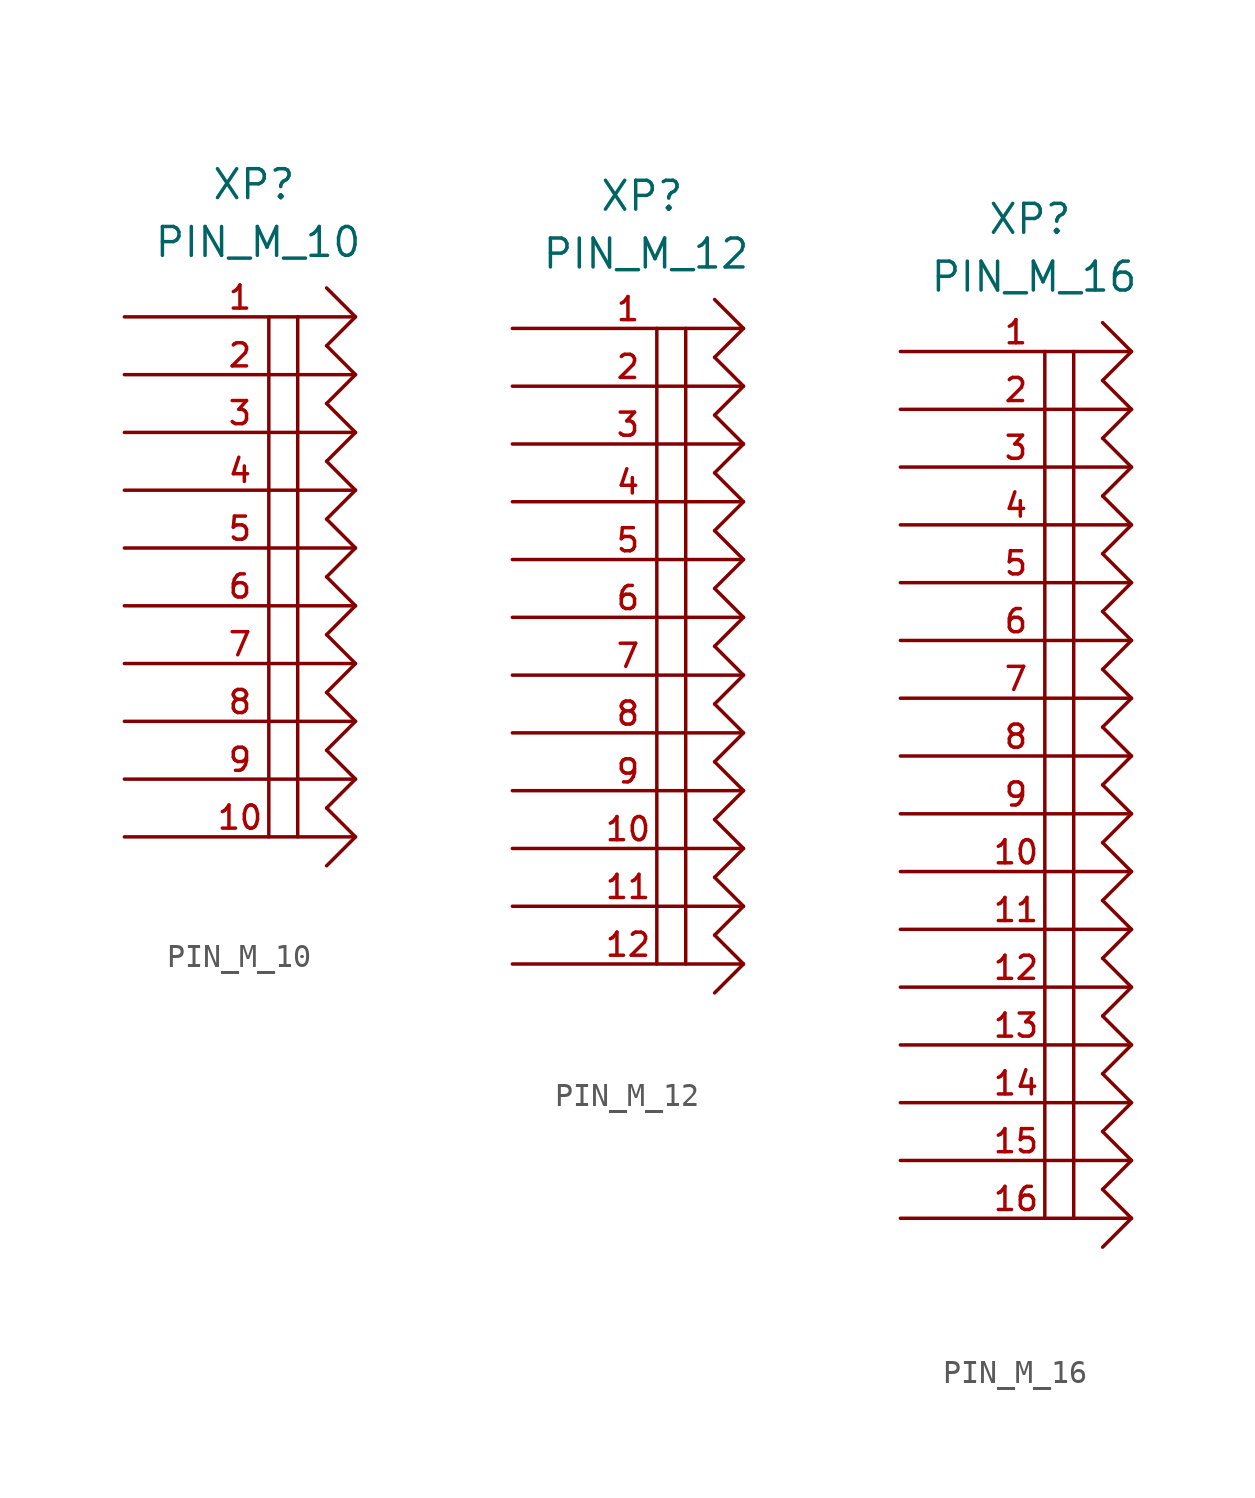
<source format=kicad_sym>
(kicad_symbol_lib
  (version 20211014)
  (generator kicad_symbol_editor)
  (symbol "PIN_M_10"
    (pin_names
      (offset 1.016))
    (property "Reference" "XP"
      (at 3.81 5.08 0)
      (effects (font (size 1.27 1.27)) (justify left bottom)))
    (property "Value" "PIN_M_10"
      (at 1.27 2.54 0)
      (effects (font (size 1.27 1.27)) (justify left bottom)))
    (property "Datasheet" ""
      (at 0 0 0)
      (effects (font (size 1.524 1.524))))
    (property "ki_locked" ""
      (at 0 0 0)
      (effects (font (size 1.27 1.27))))
    (symbol "PIN_M_10_0_1"
      (polyline (pts (xy 6.35 0) (xy 6.35 -22.86)) (stroke (width 0) (type default) (color 0 0 0 0)) (fill (type none)))
      (polyline (pts (xy 7.62 0) (xy 7.62 -22.86)) (stroke (width 0) (type default) (color 0 0 0 0)) (fill (type none)))
      (polyline (pts (xy 8.89 -21.59) (xy 10.16 -22.86) (xy 8.89 -24.13)) (stroke (width 0) (type default) (color 0 0 0 0)) (fill (type none)))
      (polyline (pts (xy 8.89 -19.05) (xy 10.16 -20.32) (xy 8.89 -21.59)) (stroke (width 0) (type default) (color 0 0 0 0)) (fill (type none)))
      (polyline (pts (xy 8.89 -16.51) (xy 10.16 -17.78) (xy 8.89 -19.05)) (stroke (width 0) (type default) (color 0 0 0 0)) (fill (type none)))
      (polyline (pts (xy 8.89 -13.97) (xy 10.16 -15.24) (xy 8.89 -16.51)) (stroke (width 0) (type default) (color 0 0 0 0)) (fill (type none)))
      (polyline (pts (xy 8.89 -11.43) (xy 10.16 -12.7) (xy 8.89 -13.97)) (stroke (width 0) (type default) (color 0 0 0 0)) (fill (type none)))
      (polyline (pts (xy 8.89 -8.89) (xy 10.16 -10.16) (xy 8.89 -11.43)) (stroke (width 0) (type default) (color 0 0 0 0)) (fill (type none)))
      (polyline (pts (xy 8.89 -6.35) (xy 10.16 -7.62) (xy 8.89 -8.89)) (stroke (width 0) (type default) (color 0 0 0 0)) (fill (type none)))
      (polyline (pts (xy 8.89 -3.81) (xy 10.16 -5.08) (xy 8.89 -6.35)) (stroke (width 0) (type default) (color 0 0 0 0)) (fill (type none)))
      (polyline (pts (xy 8.89 -1.27) (xy 10.16 -2.54) (xy 8.89 -3.81)) (stroke (width 0) (type default) (color 0 0 0 0)) (fill (type none)))
      (polyline (pts (xy 8.89 1.27) (xy 10.16 0) (xy 8.89 -1.27)) (stroke (width 0) (type default) (color 0 0 0 0)) (fill (type none))))
    (symbol "PIN_M_10_1_1"
      (pin passive line (at 0 0 0) (length 10.16) (name "~" (effects (font (size 1.016 1.016)))) (number "1" (effects (font (size 1.016 1.016)))))
      (pin passive line (at 0 -22.86 0) (length 10.16) (name "~" (effects (font (size 1.016 1.016)))) (number "10" (effects (font (size 1.016 1.016)))))
      (pin passive line (at 0 -2.54 0) (length 10.16) (name "~" (effects (font (size 1.016 1.016)))) (number "2" (effects (font (size 1.016 1.016)))))
      (pin passive line (at 0 -5.08 0) (length 10.16) (name "~" (effects (font (size 1.016 1.016)))) (number "3" (effects (font (size 1.016 1.016)))))
      (pin passive line (at 0 -7.62 0) (length 10.16) (name "~" (effects (font (size 1.016 1.016)))) (number "4" (effects (font (size 1.016 1.016)))))
      (pin passive line (at 0 -10.16 0) (length 10.16) (name "~" (effects (font (size 1.016 1.016)))) (number "5" (effects (font (size 1.016 1.016)))))
      (pin passive line (at 0 -12.7 0) (length 10.16) (name "~" (effects (font (size 1.016 1.016)))) (number "6" (effects (font (size 1.016 1.016)))))
      (pin passive line (at 0 -15.24 0) (length 10.16) (name "~" (effects (font (size 1.016 1.016)))) (number "7" (effects (font (size 1.016 1.016)))))
      (pin passive line (at 0 -17.78 0) (length 10.16) (name "~" (effects (font (size 1.016 1.016)))) (number "8" (effects (font (size 1.016 1.016)))))
      (pin passive line (at 0 -20.32 0) (length 10.16) (name "~" (effects (font (size 1.016 1.016)))) (number "9" (effects (font (size 1.016 1.016)))))))
  (symbol "PIN_M_12"
    (pin_names
      (offset 1.016))
    (property "Reference" "XP"
      (at 3.81 5.08 0)
      (effects (font (size 1.27 1.27)) (justify left bottom)))
    (property "Value" "PIN_M_12"
      (at 1.27 2.54 0)
      (effects (font (size 1.27 1.27)) (justify left bottom)))
    (property "Datasheet" ""
      (at 0 0 0)
      (effects (font (size 1.524 1.524))))
    (property "ki_locked" ""
      (at 0 0 0)
      (effects (font (size 1.27 1.27))))
    (symbol "PIN_M_12_0_1"
      (polyline (pts (xy 6.35 0) (xy 6.35 -27.94)) (stroke (width 0) (type default) (color 0 0 0 0)) (fill (type none)))
      (polyline (pts (xy 7.62 -27.94) (xy 7.62 0)) (stroke (width 0) (type default) (color 0 0 0 0)) (fill (type none)))
      (polyline (pts (xy 8.89 -26.67) (xy 10.16 -27.94) (xy 8.89 -29.21)) (stroke (width 0) (type default) (color 0 0 0 0)) (fill (type none)))
      (polyline (pts (xy 8.89 -24.13) (xy 10.16 -25.4) (xy 8.89 -26.67)) (stroke (width 0) (type default) (color 0 0 0 0)) (fill (type none)))
      (polyline (pts (xy 8.89 -21.59) (xy 10.16 -22.86) (xy 8.89 -24.13)) (stroke (width 0) (type default) (color 0 0 0 0)) (fill (type none)))
      (polyline (pts (xy 8.89 -19.05) (xy 10.16 -20.32) (xy 8.89 -21.59)) (stroke (width 0) (type default) (color 0 0 0 0)) (fill (type none)))
      (polyline (pts (xy 8.89 -16.51) (xy 10.16 -17.78) (xy 8.89 -19.05)) (stroke (width 0) (type default) (color 0 0 0 0)) (fill (type none)))
      (polyline (pts (xy 8.89 -13.97) (xy 10.16 -15.24) (xy 8.89 -16.51)) (stroke (width 0) (type default) (color 0 0 0 0)) (fill (type none)))
      (polyline (pts (xy 8.89 -11.43) (xy 10.16 -12.7) (xy 8.89 -13.97)) (stroke (width 0) (type default) (color 0 0 0 0)) (fill (type none)))
      (polyline (pts (xy 8.89 -8.89) (xy 10.16 -10.16) (xy 8.89 -11.43)) (stroke (width 0) (type default) (color 0 0 0 0)) (fill (type none)))
      (polyline (pts (xy 8.89 -6.35) (xy 10.16 -7.62) (xy 8.89 -8.89)) (stroke (width 0) (type default) (color 0 0 0 0)) (fill (type none)))
      (polyline (pts (xy 8.89 -3.81) (xy 10.16 -5.08) (xy 8.89 -6.35)) (stroke (width 0) (type default) (color 0 0 0 0)) (fill (type none)))
      (polyline (pts (xy 8.89 -1.27) (xy 10.16 -2.54) (xy 8.89 -3.81)) (stroke (width 0) (type default) (color 0 0 0 0)) (fill (type none)))
      (polyline (pts (xy 8.89 1.27) (xy 10.16 0) (xy 8.89 -1.27)) (stroke (width 0) (type default) (color 0 0 0 0)) (fill (type none))))
    (symbol "PIN_M_12_1_1"
      (pin passive line (at 0 0 0) (length 10.16) (name "~" (effects (font (size 1.016 1.016)))) (number "1" (effects (font (size 1.016 1.016)))))
      (pin passive line (at 0 -22.86 0) (length 10.16) (name "~" (effects (font (size 1.016 1.016)))) (number "10" (effects (font (size 1.016 1.016)))))
      (pin passive line (at 0 -25.4 0) (length 10.16) (name "~" (effects (font (size 1.016 1.016)))) (number "11" (effects (font (size 1.016 1.016)))))
      (pin passive line (at 0 -27.94 0) (length 10.16) (name "~" (effects (font (size 1.016 1.016)))) (number "12" (effects (font (size 1.016 1.016)))))
      (pin passive line (at 0 -2.54 0) (length 10.16) (name "~" (effects (font (size 1.016 1.016)))) (number "2" (effects (font (size 1.016 1.016)))))
      (pin passive line (at 0 -5.08 0) (length 10.16) (name "~" (effects (font (size 1.016 1.016)))) (number "3" (effects (font (size 1.016 1.016)))))
      (pin passive line (at 0 -7.62 0) (length 10.16) (name "~" (effects (font (size 1.016 1.016)))) (number "4" (effects (font (size 1.016 1.016)))))
      (pin passive line (at 0 -10.16 0) (length 10.16) (name "~" (effects (font (size 1.016 1.016)))) (number "5" (effects (font (size 1.016 1.016)))))
      (pin passive line (at 0 -12.7 0) (length 10.16) (name "~" (effects (font (size 1.016 1.016)))) (number "6" (effects (font (size 1.016 1.016)))))
      (pin passive line (at 0 -15.24 0) (length 10.16) (name "~" (effects (font (size 1.016 1.016)))) (number "7" (effects (font (size 1.016 1.016)))))
      (pin passive line (at 0 -17.78 0) (length 10.16) (name "~" (effects (font (size 1.016 1.016)))) (number "8" (effects (font (size 1.016 1.016)))))
      (pin passive line (at 0 -20.32 0) (length 10.16) (name "~" (effects (font (size 1.016 1.016)))) (number "9" (effects (font (size 1.016 1.016)))))))
  (symbol "PIN_M_16"
    (pin_names
      (offset 1.016))
    (property "Reference" "XP"
      (at 3.81 5.08 0)
      (effects (font (size 1.27 1.27)) (justify left bottom)))
    (property "Value" "PIN_M_16"
      (at 1.27 2.54 0)
      (effects (font (size 1.27 1.27)) (justify left bottom)))
    (property "Datasheet" ""
      (at 0 0 0)
      (effects (font (size 1.524 1.524))))
    (property "ki_locked" ""
      (at 0 0 0)
      (effects (font (size 1.27 1.27))))
    (symbol "PIN_M_16_0_1"
      (polyline (pts (xy 6.35 0) (xy 6.35 -38.1)) (stroke (width 0) (type default) (color 0 0 0 0)) (fill (type none)))
      (polyline (pts (xy 7.62 0) (xy 7.62 -38.1)) (stroke (width 0) (type default) (color 0 0 0 0)) (fill (type none)))
      (polyline (pts (xy 8.89 -36.83) (xy 10.16 -38.1) (xy 8.89 -39.37)) (stroke (width 0) (type default) (color 0 0 0 0)) (fill (type none)))
      (polyline (pts (xy 8.89 -34.29) (xy 10.16 -35.56) (xy 8.89 -36.83)) (stroke (width 0) (type default) (color 0 0 0 0)) (fill (type none)))
      (polyline (pts (xy 8.89 -31.75) (xy 10.16 -33.02) (xy 8.89 -34.29)) (stroke (width 0) (type default) (color 0 0 0 0)) (fill (type none)))
      (polyline (pts (xy 8.89 -29.21) (xy 10.16 -30.48) (xy 8.89 -31.75)) (stroke (width 0) (type default) (color 0 0 0 0)) (fill (type none)))
      (polyline (pts (xy 8.89 -26.67) (xy 10.16 -27.94) (xy 8.89 -29.21)) (stroke (width 0) (type default) (color 0 0 0 0)) (fill (type none)))
      (polyline (pts (xy 8.89 -24.13) (xy 10.16 -25.4) (xy 8.89 -26.67)) (stroke (width 0) (type default) (color 0 0 0 0)) (fill (type none)))
      (polyline (pts (xy 8.89 -21.59) (xy 10.16 -22.86) (xy 8.89 -24.13)) (stroke (width 0) (type default) (color 0 0 0 0)) (fill (type none)))
      (polyline (pts (xy 8.89 -19.05) (xy 10.16 -20.32) (xy 8.89 -21.59)) (stroke (width 0) (type default) (color 0 0 0 0)) (fill (type none)))
      (polyline (pts (xy 8.89 -16.51) (xy 10.16 -17.78) (xy 8.89 -19.05)) (stroke (width 0) (type default) (color 0 0 0 0)) (fill (type none)))
      (polyline (pts (xy 8.89 -13.97) (xy 10.16 -15.24) (xy 8.89 -16.51)) (stroke (width 0) (type default) (color 0 0 0 0)) (fill (type none)))
      (polyline (pts (xy 8.89 -11.43) (xy 10.16 -12.7) (xy 8.89 -13.97)) (stroke (width 0) (type default) (color 0 0 0 0)) (fill (type none)))
      (polyline (pts (xy 8.89 -8.89) (xy 10.16 -10.16) (xy 8.89 -11.43)) (stroke (width 0) (type default) (color 0 0 0 0)) (fill (type none)))
      (polyline (pts (xy 8.89 -6.35) (xy 10.16 -7.62) (xy 8.89 -8.89)) (stroke (width 0) (type default) (color 0 0 0 0)) (fill (type none)))
      (polyline (pts (xy 8.89 -3.81) (xy 10.16 -5.08) (xy 8.89 -6.35)) (stroke (width 0) (type default) (color 0 0 0 0)) (fill (type none)))
      (polyline (pts (xy 8.89 -1.27) (xy 10.16 -2.54) (xy 8.89 -3.81)) (stroke (width 0) (type default) (color 0 0 0 0)) (fill (type none)))
      (polyline (pts (xy 8.89 1.27) (xy 10.16 0) (xy 8.89 -1.27)) (stroke (width 0) (type default) (color 0 0 0 0)) (fill (type none))))
    (symbol "PIN_M_16_1_1"
      (pin passive line (at 0 0 0) (length 10.16) (name "~" (effects (font (size 1.016 1.016)))) (number "1" (effects (font (size 1.016 1.016)))))
      (pin passive line (at 0 -22.86 0) (length 10.16) (name "~" (effects (font (size 1.016 1.016)))) (number "10" (effects (font (size 1.016 1.016)))))
      (pin passive line (at 0 -25.4 0) (length 10.16) (name "~" (effects (font (size 1.016 1.016)))) (number "11" (effects (font (size 1.016 1.016)))))
      (pin passive line (at 0 -27.94 0) (length 10.16) (name "~" (effects (font (size 1.016 1.016)))) (number "12" (effects (font (size 1.016 1.016)))))
      (pin passive line (at 0 -30.48 0) (length 10.16) (name "~" (effects (font (size 1.016 1.016)))) (number "13" (effects (font (size 1.016 1.016)))))
      (pin passive line (at 0 -33.02 0) (length 10.16) (name "~" (effects (font (size 1.016 1.016)))) (number "14" (effects (font (size 1.016 1.016)))))
      (pin passive line (at 0 -35.56 0) (length 10.16) (name "~" (effects (font (size 1.016 1.016)))) (number "15" (effects (font (size 1.016 1.016)))))
      (pin passive line (at 0 -38.1 0) (length 10.16) (name "~" (effects (font (size 1.016 1.016)))) (number "16" (effects (font (size 1.016 1.016)))))
      (pin passive line (at 0 -2.54 0) (length 10.16) (name "~" (effects (font (size 1.016 1.016)))) (number "2" (effects (font (size 1.016 1.016)))))
      (pin passive line (at 0 -5.08 0) (length 10.16) (name "~" (effects (font (size 1.016 1.016)))) (number "3" (effects (font (size 1.016 1.016)))))
      (pin passive line (at 0 -7.62 0) (length 10.16) (name "~" (effects (font (size 1.016 1.016)))) (number "4" (effects (font (size 1.016 1.016)))))
      (pin passive line (at 0 -10.16 0) (length 10.16) (name "~" (effects (font (size 1.016 1.016)))) (number "5" (effects (font (size 1.016 1.016)))))
      (pin passive line (at 0 -12.7 0) (length 10.16) (name "~" (effects (font (size 1.016 1.016)))) (number "6" (effects (font (size 1.016 1.016)))))
      (pin passive line (at 0 -15.24 0) (length 10.16) (name "~" (effects (font (size 1.016 1.016)))) (number "7" (effects (font (size 1.016 1.016)))))
      (pin passive line (at 0 -17.78 0) (length 10.16) (name "~" (effects (font (size 1.016 1.016)))) (number "8" (effects (font (size 1.016 1.016)))))
      (pin passive line (at 0 -20.32 0) (length 10.16) (name "~" (effects (font (size 1.016 1.016)))) (number "9" (effects (font (size 1.016 1.016))))))))
</source>
